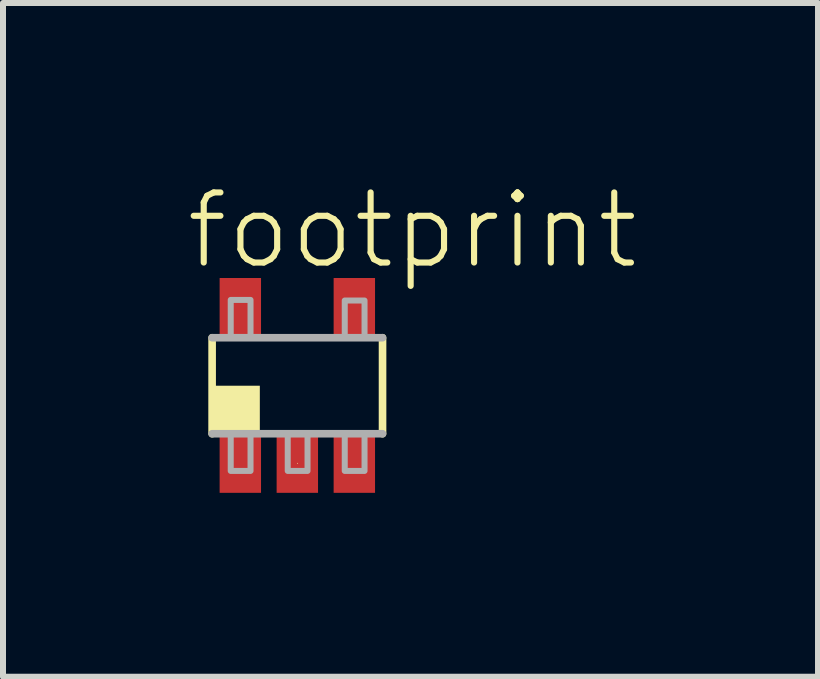
<source format=kicad_pcb>
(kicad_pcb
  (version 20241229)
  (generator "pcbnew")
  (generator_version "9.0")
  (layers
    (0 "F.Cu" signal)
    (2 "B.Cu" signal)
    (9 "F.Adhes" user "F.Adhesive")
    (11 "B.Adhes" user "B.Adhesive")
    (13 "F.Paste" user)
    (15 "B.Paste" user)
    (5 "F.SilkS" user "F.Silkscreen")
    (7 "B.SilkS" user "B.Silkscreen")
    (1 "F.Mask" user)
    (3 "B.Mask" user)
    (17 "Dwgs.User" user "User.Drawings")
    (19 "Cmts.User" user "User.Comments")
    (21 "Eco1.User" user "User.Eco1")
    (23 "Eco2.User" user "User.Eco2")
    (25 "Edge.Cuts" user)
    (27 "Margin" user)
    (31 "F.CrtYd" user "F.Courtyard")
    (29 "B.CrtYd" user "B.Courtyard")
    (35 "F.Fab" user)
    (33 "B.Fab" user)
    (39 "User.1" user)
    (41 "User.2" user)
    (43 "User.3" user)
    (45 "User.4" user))
  (footprint "footprint"
    (layer "F.Cu")
    (at 1.905 3.378)
    (property "Reference" "footprint" (at -1.905 -1.905 0) (layer "F.SilkS") (effects (font (size 1.168 1.168) (thickness 0.102)) (justify left bottom)))
    (fp_poly (pts (xy -1.35 -0.75) (xy -0.55 -0.75) (xy -0.55 -1.85) (xy -1.35 -1.85)) (stroke (width 0) (type solid)) (fill yes) (layer "F.Mask"))
    (fp_poly (pts (xy -0.55 0.75) (xy -1.35 0.75) (xy -1.35 1.85) (xy -0.55 1.85)) (stroke (width 0) (type solid)) (fill yes) (layer "F.Mask"))
    (fp_poly (pts (xy 0.4 0.75) (xy -0.4 0.75) (xy -0.4 1.85) (xy 0.4 1.85)) (stroke (width 0) (type solid)) (fill yes) (layer "F.Mask"))
    (fp_poly (pts (xy 0.55 -0.75) (xy 1.35 -0.75) (xy 1.35 -1.85) (xy 0.55 -1.85)) (stroke (width 0) (type solid)) (fill yes) (layer "F.Mask"))
    (fp_poly (pts (xy 1.35 0.75) (xy 0.55 0.75) (xy 0.55 1.85) (xy 1.35 1.85)) (stroke (width 0) (type solid)) (fill yes) (layer "F.Mask"))
    (fp_line (start -1.42 0.8) (end -1.42 -0.8) (stroke (width 0.127) (type solid)) (layer "F.SilkS"))
    (fp_line (start 0 1.29) (end 0 1.3) (stroke (width 0.01) (type solid)) (layer "F.SilkS"))
    (fp_line (start 1.42 -0.8) (end 1.42 0.8) (stroke (width 0.127) (type solid)) (layer "F.SilkS"))
    (fp_poly (pts (xy -1.375 0.75) (xy -0.625 0.75) (xy -0.625 0) (xy -1.375 0)) (stroke (width 0) (type solid)) (fill yes) (layer "F.SilkS"))
    (fp_line (start -1.42 -0.8) (end 1.42 -0.8) (stroke (width 0.127) (type solid)) (layer "F.Fab"))
    (fp_line (start 1.42 0.8) (end -1.42 0.8) (stroke (width 0.127) (type solid)) (layer "F.Fab"))
    (fp_poly (pts (xy -1.11 -0.8) (xy -0.78 -0.8) (xy -0.78 -1.43) (xy -1.11 -1.43)) (stroke (width 0.1) (type solid)) (fill no) (layer "F.Fab"))
    (fp_poly (pts (xy -1.11 1.42) (xy -0.78 1.42) (xy -0.78 0.8) (xy -1.11 0.8)) (stroke (width 0.1) (type solid)) (fill no) (layer "F.Fab"))
    (fp_poly (pts (xy -0.16 1.42) (xy 0.17 1.42) (xy 0.17 0.8) (xy -0.16 0.8)) (stroke (width 0.1) (type solid)) (fill no) (layer "F.Fab"))
    (fp_poly (pts (xy 0.79 -0.8) (xy 1.12 -0.8) (xy 1.12 -1.42) (xy 0.79 -1.42)) (stroke (width 0.1) (type solid)) (fill no) (layer "F.Fab"))
    (fp_poly (pts (xy 0.79 1.42) (xy 1.12 1.42) (xy 1.12 0.8) (xy 0.79 0.8)) (stroke (width 0.1) (type solid)) (fill no) (layer "F.Fab"))
    (pad "1" smd rect (at -0.95 1.29) (size 0.69 0.99) (layers "F.Cu" "F.Paste"))
    (pad "2" smd rect (at 0 1.29) (size 0.69 0.99) (layers "F.Cu" "F.Paste"))
    (pad "3" smd rect (at 0.95 1.29) (size 0.69 0.99) (layers "F.Cu" "F.Paste"))
    (pad "4" smd rect (at 0.95 -1.3) (size 0.69 0.99) (layers "F.Cu" "F.Paste"))
    (pad "5" smd rect (at -0.95 -1.3) (size 0.69 0.99) (layers "F.Cu" "F.Paste")))
  (gr_rect
    (start -3 -3)
    (end 10.582 8.228)
    (stroke (width 0.1) (type default))
    (fill no)
    (layer "Edge.Cuts")))
</source>
